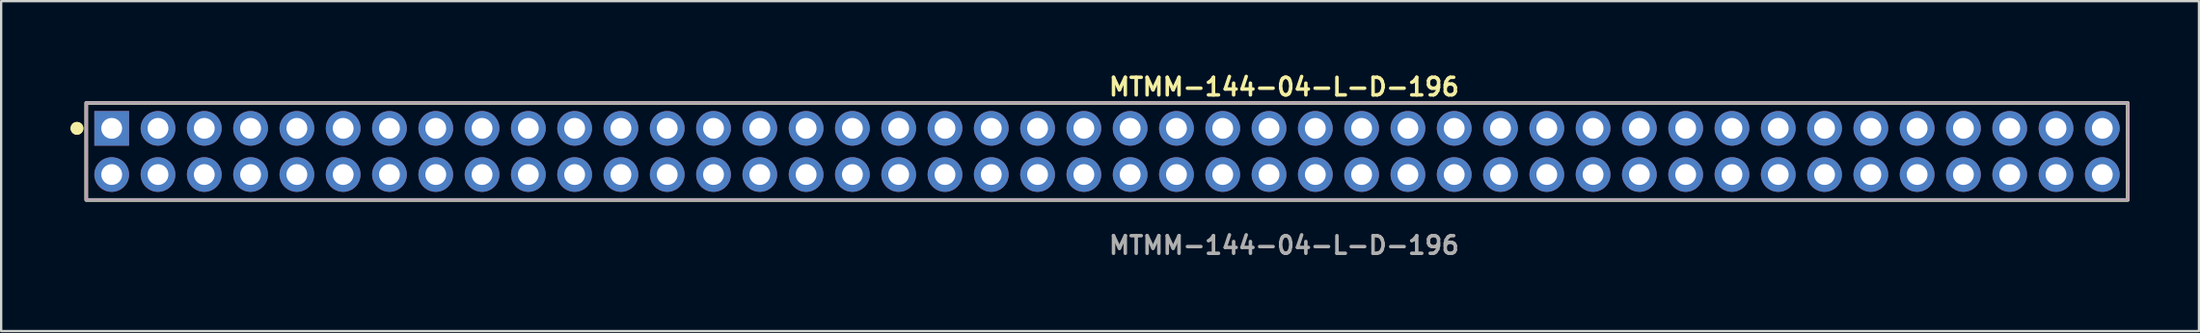
<source format=kicad_pcb>
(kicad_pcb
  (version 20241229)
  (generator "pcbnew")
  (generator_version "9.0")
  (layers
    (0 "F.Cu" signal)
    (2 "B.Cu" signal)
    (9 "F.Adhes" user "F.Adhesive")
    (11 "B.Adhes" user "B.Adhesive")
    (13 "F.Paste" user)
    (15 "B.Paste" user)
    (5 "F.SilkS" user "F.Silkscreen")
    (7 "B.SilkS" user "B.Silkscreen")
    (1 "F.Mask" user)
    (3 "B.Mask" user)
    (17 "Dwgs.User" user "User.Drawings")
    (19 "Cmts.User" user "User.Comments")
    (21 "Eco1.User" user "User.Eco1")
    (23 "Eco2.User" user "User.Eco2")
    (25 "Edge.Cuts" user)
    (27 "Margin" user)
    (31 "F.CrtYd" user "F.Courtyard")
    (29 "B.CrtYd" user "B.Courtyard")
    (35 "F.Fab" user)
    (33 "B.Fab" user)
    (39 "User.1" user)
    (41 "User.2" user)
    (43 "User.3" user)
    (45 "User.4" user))
  (footprint "MTMM-144-04-L-D-196"
    (layer "F.Cu")
    (at 44.776 3.507)
    (property "Reference" "MTMM-144-04-L-D-196" (at 0 -2.794 0) (unlocked yes) (layer "F.SilkS") (effects (font (size 0.762 0.762) (thickness 0.152)) (justify left)))
    (fp_rect (start -44.1 2.1) (end 44.1 -2.1) (stroke (width 0.152) (type solid)) (fill no) (layer "F.SilkS"))
    (fp_circle (center -44.5 -1) (end -44.7 -1) (stroke (width 0.152) (type solid)) (fill yes) (layer "F.SilkS"))
    (fp_circle (center -44.5 -1) (end -44.7 -1) (stroke (width 0.152) (type solid)) (fill yes) (layer "F.SilkS"))
    (fp_rect (start -44.1 2.1) (end 44.1 -2.1) (stroke (width 0.006) (type solid)) (fill no) (layer "F.CrtYd"))
    (fp_rect (start -44.1 2.1) (end 44.1 -2.1) (stroke (width 0.152) (type solid)) (fill no) (layer "F.Fab"))
    (fp_text user "${REFERENCE}" (at 0 4.064 0) (unlocked yes) (layer "F.Fab") (effects (font (size 0.762 0.762) (thickness 0.152)) (justify left)))
    (pad "1" thru_hole rect (at -43 -1) (size 1.5 1.5) (drill 0.9) (layers "*.Cu" "*.Mask"))
    (pad "2" thru_hole circle (at -43 1) (size 1.5 1.5) (drill 0.9) (layers "*.Cu" "*.Mask"))
    (pad "3" thru_hole circle (at -41 -1) (size 1.5 1.5) (drill 0.9) (layers "*.Cu" "*.Mask"))
    (pad "4" thru_hole circle (at -41 1) (size 1.5 1.5) (drill 0.9) (layers "*.Cu" "*.Mask"))
    (pad "5" thru_hole circle (at -39 -1) (size 1.5 1.5) (drill 0.9) (layers "*.Cu" "*.Mask"))
    (pad "6" thru_hole circle (at -39 1) (size 1.5 1.5) (drill 0.9) (layers "*.Cu" "*.Mask"))
    (pad "7" thru_hole circle (at -37 -1) (size 1.5 1.5) (drill 0.9) (layers "*.Cu" "*.Mask"))
    (pad "8" thru_hole circle (at -37 1) (size 1.5 1.5) (drill 0.9) (layers "*.Cu" "*.Mask"))
    (pad "9" thru_hole circle (at -35 -1) (size 1.5 1.5) (drill 0.9) (layers "*.Cu" "*.Mask"))
    (pad "10" thru_hole circle (at -35 1) (size 1.5 1.5) (drill 0.9) (layers "*.Cu" "*.Mask"))
    (pad "11" thru_hole circle (at -33 -1) (size 1.5 1.5) (drill 0.9) (layers "*.Cu" "*.Mask"))
    (pad "12" thru_hole circle (at -33 1) (size 1.5 1.5) (drill 0.9) (layers "*.Cu" "*.Mask"))
    (pad "13" thru_hole circle (at -31 -1) (size 1.5 1.5) (drill 0.9) (layers "*.Cu" "*.Mask"))
    (pad "14" thru_hole circle (at -31 1) (size 1.5 1.5) (drill 0.9) (layers "*.Cu" "*.Mask"))
    (pad "15" thru_hole circle (at -29 -1) (size 1.5 1.5) (drill 0.9) (layers "*.Cu" "*.Mask"))
    (pad "16" thru_hole circle (at -29 1) (size 1.5 1.5) (drill 0.9) (layers "*.Cu" "*.Mask"))
    (pad "17" thru_hole circle (at -27 -1) (size 1.5 1.5) (drill 0.9) (layers "*.Cu" "*.Mask"))
    (pad "18" thru_hole circle (at -27 1) (size 1.5 1.5) (drill 0.9) (layers "*.Cu" "*.Mask"))
    (pad "19" thru_hole circle (at -25 -1) (size 1.5 1.5) (drill 0.9) (layers "*.Cu" "*.Mask"))
    (pad "20" thru_hole circle (at -25 1) (size 1.5 1.5) (drill 0.9) (layers "*.Cu" "*.Mask"))
    (pad "21" thru_hole circle (at -23 -1) (size 1.5 1.5) (drill 0.9) (layers "*.Cu" "*.Mask"))
    (pad "22" thru_hole circle (at -23 1) (size 1.5 1.5) (drill 0.9) (layers "*.Cu" "*.Mask"))
    (pad "23" thru_hole circle (at -21 -1) (size 1.5 1.5) (drill 0.9) (layers "*.Cu" "*.Mask"))
    (pad "24" thru_hole circle (at -21 1) (size 1.5 1.5) (drill 0.9) (layers "*.Cu" "*.Mask"))
    (pad "25" thru_hole circle (at -19 -1) (size 1.5 1.5) (drill 0.9) (layers "*.Cu" "*.Mask"))
    (pad "26" thru_hole circle (at -19 1) (size 1.5 1.5) (drill 0.9) (layers "*.Cu" "*.Mask"))
    (pad "27" thru_hole circle (at -17 -1) (size 1.5 1.5) (drill 0.9) (layers "*.Cu" "*.Mask"))
    (pad "28" thru_hole circle (at -17 1) (size 1.5 1.5) (drill 0.9) (layers "*.Cu" "*.Mask"))
    (pad "29" thru_hole circle (at -15 -1) (size 1.5 1.5) (drill 0.9) (layers "*.Cu" "*.Mask"))
    (pad "30" thru_hole circle (at -15 1) (size 1.5 1.5) (drill 0.9) (layers "*.Cu" "*.Mask"))
    (pad "31" thru_hole circle (at -13 -1) (size 1.5 1.5) (drill 0.9) (layers "*.Cu" "*.Mask"))
    (pad "32" thru_hole circle (at -13 1) (size 1.5 1.5) (drill 0.9) (layers "*.Cu" "*.Mask"))
    (pad "33" thru_hole circle (at -11 -1) (size 1.5 1.5) (drill 0.9) (layers "*.Cu" "*.Mask"))
    (pad "34" thru_hole circle (at -11 1) (size 1.5 1.5) (drill 0.9) (layers "*.Cu" "*.Mask"))
    (pad "35" thru_hole circle (at -9 -1) (size 1.5 1.5) (drill 0.9) (layers "*.Cu" "*.Mask"))
    (pad "36" thru_hole circle (at -9 1) (size 1.5 1.5) (drill 0.9) (layers "*.Cu" "*.Mask"))
    (pad "37" thru_hole circle (at -7 -1) (size 1.5 1.5) (drill 0.9) (layers "*.Cu" "*.Mask"))
    (pad "38" thru_hole circle (at -7 1) (size 1.5 1.5) (drill 0.9) (layers "*.Cu" "*.Mask"))
    (pad "39" thru_hole circle (at -5 -1) (size 1.5 1.5) (drill 0.9) (layers "*.Cu" "*.Mask"))
    (pad "40" thru_hole circle (at -5 1) (size 1.5 1.5) (drill 0.9) (layers "*.Cu" "*.Mask"))
    (pad "41" thru_hole circle (at -3 -1) (size 1.5 1.5) (drill 0.9) (layers "*.Cu" "*.Mask"))
    (pad "42" thru_hole circle (at -3 1) (size 1.5 1.5) (drill 0.9) (layers "*.Cu" "*.Mask"))
    (pad "43" thru_hole circle (at -1 -1) (size 1.5 1.5) (drill 0.9) (layers "*.Cu" "*.Mask"))
    (pad "44" thru_hole circle (at -1 1) (size 1.5 1.5) (drill 0.9) (layers "*.Cu" "*.Mask"))
    (pad "45" thru_hole circle (at 1 -1) (size 1.5 1.5) (drill 0.9) (layers "*.Cu" "*.Mask"))
    (pad "46" thru_hole circle (at 1 1) (size 1.5 1.5) (drill 0.9) (layers "*.Cu" "*.Mask"))
    (pad "47" thru_hole circle (at 3 -1) (size 1.5 1.5) (drill 0.9) (layers "*.Cu" "*.Mask"))
    (pad "48" thru_hole circle (at 3 1) (size 1.5 1.5) (drill 0.9) (layers "*.Cu" "*.Mask"))
    (pad "49" thru_hole circle (at 5 -1) (size 1.5 1.5) (drill 0.9) (layers "*.Cu" "*.Mask"))
    (pad "50" thru_hole circle (at 5 1) (size 1.5 1.5) (drill 0.9) (layers "*.Cu" "*.Mask"))
    (pad "51" thru_hole circle (at 7 -1) (size 1.5 1.5) (drill 0.9) (layers "*.Cu" "*.Mask"))
    (pad "52" thru_hole circle (at 7 1) (size 1.5 1.5) (drill 0.9) (layers "*.Cu" "*.Mask"))
    (pad "53" thru_hole circle (at 9 -1) (size 1.5 1.5) (drill 0.9) (layers "*.Cu" "*.Mask"))
    (pad "54" thru_hole circle (at 9 1) (size 1.5 1.5) (drill 0.9) (layers "*.Cu" "*.Mask"))
    (pad "55" thru_hole circle (at 11 -1) (size 1.5 1.5) (drill 0.9) (layers "*.Cu" "*.Mask"))
    (pad "56" thru_hole circle (at 11 1) (size 1.5 1.5) (drill 0.9) (layers "*.Cu" "*.Mask"))
    (pad "57" thru_hole circle (at 13 -1) (size 1.5 1.5) (drill 0.9) (layers "*.Cu" "*.Mask"))
    (pad "58" thru_hole circle (at 13 1) (size 1.5 1.5) (drill 0.9) (layers "*.Cu" "*.Mask"))
    (pad "59" thru_hole circle (at 15 -1) (size 1.5 1.5) (drill 0.9) (layers "*.Cu" "*.Mask"))
    (pad "60" thru_hole circle (at 15 1) (size 1.5 1.5) (drill 0.9) (layers "*.Cu" "*.Mask"))
    (pad "61" thru_hole circle (at 17 -1) (size 1.5 1.5) (drill 0.9) (layers "*.Cu" "*.Mask"))
    (pad "62" thru_hole circle (at 17 1) (size 1.5 1.5) (drill 0.9) (layers "*.Cu" "*.Mask"))
    (pad "63" thru_hole circle (at 19 -1) (size 1.5 1.5) (drill 0.9) (layers "*.Cu" "*.Mask"))
    (pad "64" thru_hole circle (at 19 1) (size 1.5 1.5) (drill 0.9) (layers "*.Cu" "*.Mask"))
    (pad "65" thru_hole circle (at 21 -1) (size 1.5 1.5) (drill 0.9) (layers "*.Cu" "*.Mask"))
    (pad "66" thru_hole circle (at 21 1) (size 1.5 1.5) (drill 0.9) (layers "*.Cu" "*.Mask"))
    (pad "67" thru_hole circle (at 23 -1) (size 1.5 1.5) (drill 0.9) (layers "*.Cu" "*.Mask"))
    (pad "68" thru_hole circle (at 23 1) (size 1.5 1.5) (drill 0.9) (layers "*.Cu" "*.Mask"))
    (pad "69" thru_hole circle (at 25 -1) (size 1.5 1.5) (drill 0.9) (layers "*.Cu" "*.Mask"))
    (pad "70" thru_hole circle (at 25 1) (size 1.5 1.5) (drill 0.9) (layers "*.Cu" "*.Mask"))
    (pad "71" thru_hole circle (at 27 -1) (size 1.5 1.5) (drill 0.9) (layers "*.Cu" "*.Mask"))
    (pad "72" thru_hole circle (at 27 1) (size 1.5 1.5) (drill 0.9) (layers "*.Cu" "*.Mask"))
    (pad "73" thru_hole circle (at 29 -1) (size 1.5 1.5) (drill 0.9) (layers "*.Cu" "*.Mask"))
    (pad "74" thru_hole circle (at 29 1) (size 1.5 1.5) (drill 0.9) (layers "*.Cu" "*.Mask"))
    (pad "75" thru_hole circle (at 31 -1) (size 1.5 1.5) (drill 0.9) (layers "*.Cu" "*.Mask"))
    (pad "76" thru_hole circle (at 31 1) (size 1.5 1.5) (drill 0.9) (layers "*.Cu" "*.Mask"))
    (pad "77" thru_hole circle (at 33 -1) (size 1.5 1.5) (drill 0.9) (layers "*.Cu" "*.Mask"))
    (pad "78" thru_hole circle (at 33 1) (size 1.5 1.5) (drill 0.9) (layers "*.Cu" "*.Mask"))
    (pad "79" thru_hole circle (at 35 -1) (size 1.5 1.5) (drill 0.9) (layers "*.Cu" "*.Mask"))
    (pad "80" thru_hole circle (at 35 1) (size 1.5 1.5) (drill 0.9) (layers "*.Cu" "*.Mask"))
    (pad "81" thru_hole circle (at 37 -1) (size 1.5 1.5) (drill 0.9) (layers "*.Cu" "*.Mask"))
    (pad "82" thru_hole circle (at 37 1) (size 1.5 1.5) (drill 0.9) (layers "*.Cu" "*.Mask"))
    (pad "83" thru_hole circle (at 39 -1) (size 1.5 1.5) (drill 0.9) (layers "*.Cu" "*.Mask"))
    (pad "84" thru_hole circle (at 39 1) (size 1.5 1.5) (drill 0.9) (layers "*.Cu" "*.Mask"))
    (pad "85" thru_hole circle (at 41 -1) (size 1.5 1.5) (drill 0.9) (layers "*.Cu" "*.Mask"))
    (pad "86" thru_hole circle (at 41 1) (size 1.5 1.5) (drill 0.9) (layers "*.Cu" "*.Mask"))
    (pad "87" thru_hole circle (at 43 -1) (size 1.5 1.5) (drill 0.9) (layers "*.Cu" "*.Mask"))
    (pad "88" thru_hole circle (at 43 1) (size 1.5 1.5) (drill 0.9) (layers "*.Cu" "*.Mask")))
  (gr_rect
    (start -3 -3)
    (end 91.952 11.284)
    (stroke (width 0.1) (type default))
    (fill no)
    (layer "Edge.Cuts")))
</source>
